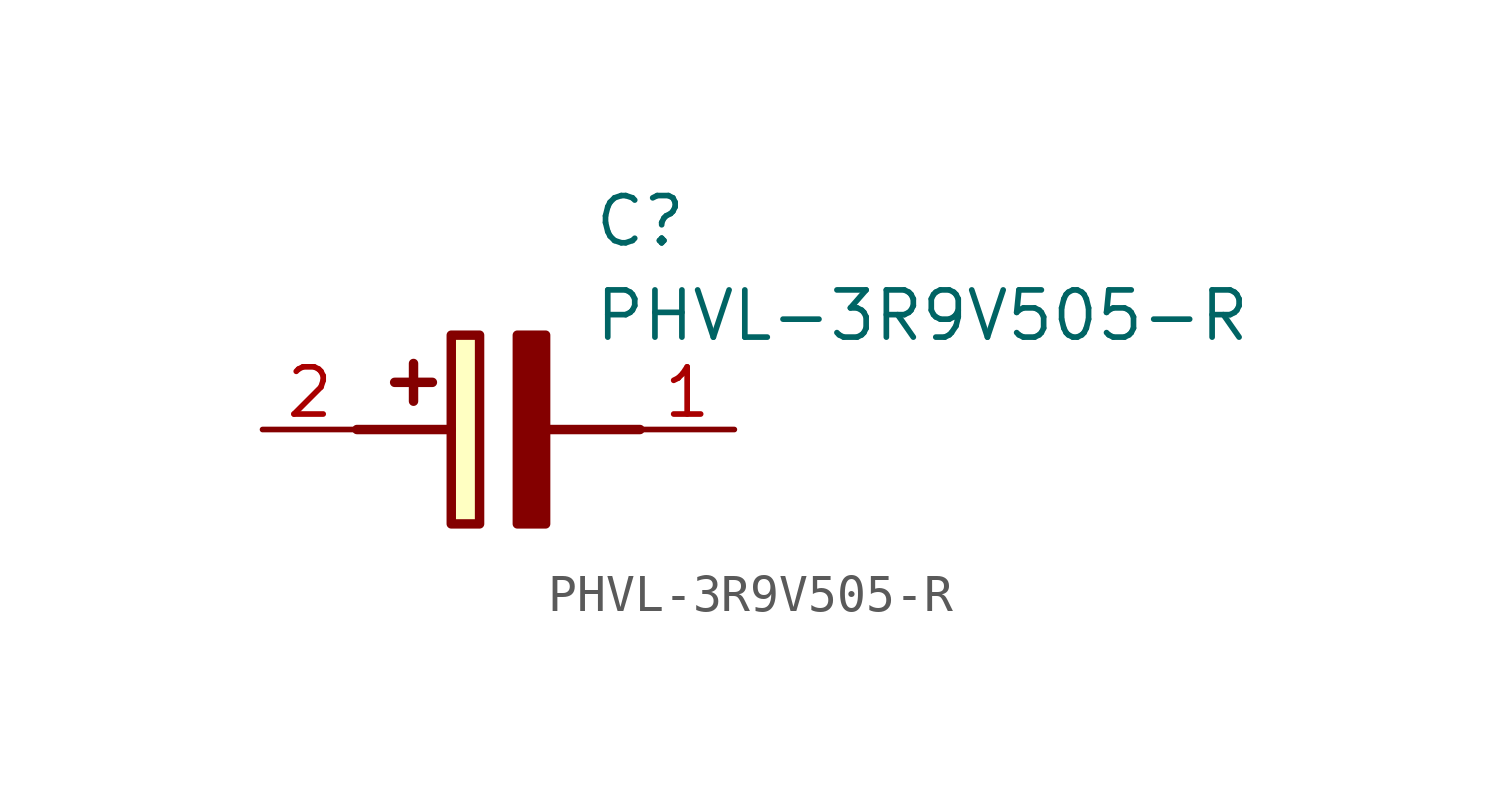
<source format=kicad_sym>
(kicad_symbol_lib
  (version 20211014)
  (generator SamacSys_ECAD_Model)
  (symbol "PHVL-3R9V505-R"
    (pin_names hide)
    (property "Reference" "C"
      (at 8.89 6.35 0)
      (effects (font (size 1.27 1.27)) (justify left top)))
    (property "Value" "PHVL-3R9V505-R"
      (at 8.89 3.81 0)
      (effects (font (size 1.27 1.27)) (justify left top)))
    (rectangle
      (start 5.08 2.54)
      (end 5.842 -2.54)
      (stroke (width 0.254) (type default))
      (fill (type background)))
    (polyline
      (pts (xy 4.572 1.27) (xy 3.556 1.27))
      (stroke (width 0.254) (type default))
      (fill (type none)))
    (polyline
      (pts (xy 4.064 1.778) (xy 4.064 0.762))
      (stroke (width 0.254) (type default))
      (fill (type none)))
    (polyline
      (pts (xy 2.54 0) (xy 5.08 0))
      (stroke (width 0.254) (type default))
      (fill (type none)))
    (polyline
      (pts (xy 7.62 0) (xy 10.16 0))
      (stroke (width 0.254) (type default))
      (fill (type none)))
    (polyline
      (pts (xy 7.62 2.54) (xy 7.62 -2.54) (xy 6.858 -2.54) (xy 6.858 2.54) (xy 7.62 2.54))
      (stroke (width 0.254) (type default))
      (fill (type outline)))
    (pin passive line
      (at 0 0 0)
      (length 2.54)
      (name "+" (effects (font (size 1.27 1.27))))
      (number "2" (effects (font (size 1.27 1.27)))))
    (pin passive line
      (at 12.7 0 180)
      (length 2.54)
      (name "-" (effects (font (size 1.27 1.27))))
      (number "1" (effects (font (size 1.27 1.27)))))))
</source>
